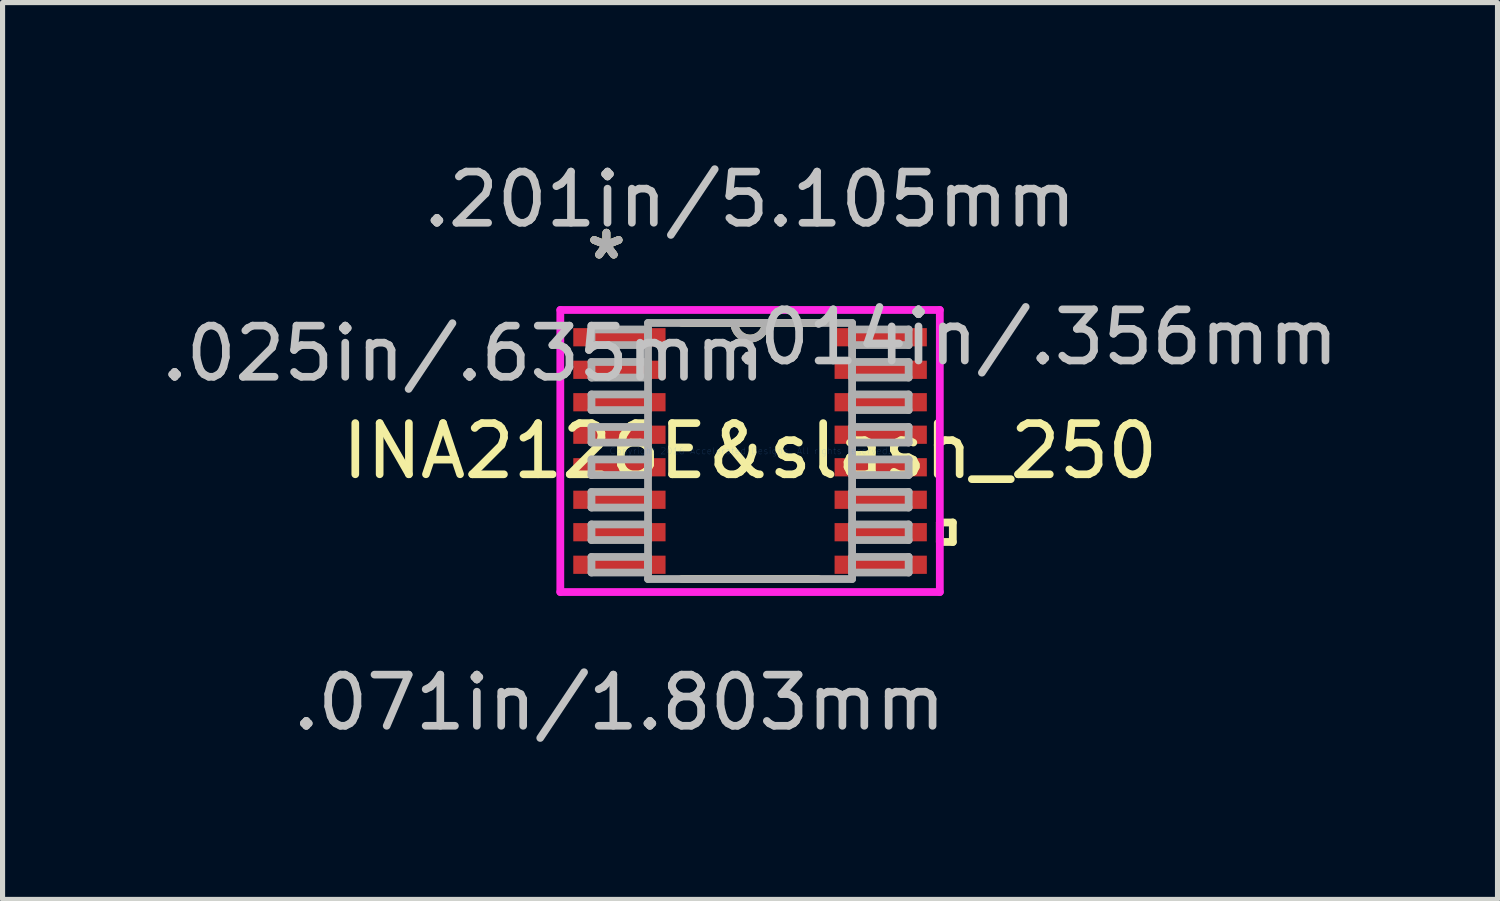
<source format=kicad_pcb>
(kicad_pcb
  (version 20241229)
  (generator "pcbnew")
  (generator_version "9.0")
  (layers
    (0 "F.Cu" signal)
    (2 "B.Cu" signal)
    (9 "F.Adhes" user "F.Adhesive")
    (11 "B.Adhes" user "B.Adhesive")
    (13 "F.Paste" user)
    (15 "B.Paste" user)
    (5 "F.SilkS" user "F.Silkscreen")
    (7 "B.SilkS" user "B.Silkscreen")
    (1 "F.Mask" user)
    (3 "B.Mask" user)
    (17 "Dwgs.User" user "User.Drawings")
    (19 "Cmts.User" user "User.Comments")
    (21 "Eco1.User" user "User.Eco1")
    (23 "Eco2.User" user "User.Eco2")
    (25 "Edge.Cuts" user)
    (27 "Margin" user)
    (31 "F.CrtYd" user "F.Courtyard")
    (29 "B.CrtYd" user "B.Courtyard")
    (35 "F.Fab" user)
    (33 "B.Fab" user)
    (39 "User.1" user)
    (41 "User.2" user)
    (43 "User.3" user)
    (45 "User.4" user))
  (footprint "INA2126E&slash_250"
    (layer "F.Cu")
    (at 11.607 5.763)
    (property "Reference" "INA2126E&slash_250" (at 0 0 0) (layer "F.SilkS") (effects (font (size 1 1) (thickness 0.15))))
    (attr through_hole)
    (fp_line (start -1.334 2.502) (end 1.334 2.502) (stroke (width 0.152) (type solid)) (layer "F.SilkS"))
    (fp_line (start 1.334 -2.502) (end -1.334 -2.502) (stroke (width 0.152) (type solid)) (layer "F.SilkS"))
    (fp_line (start 3.708 1.397) (end 3.962 1.397) (stroke (width 0.152) (type solid)) (layer "F.SilkS"))
    (fp_line (start 3.708 1.778) (end 3.708 1.397) (stroke (width 0.152) (type solid)) (layer "F.SilkS"))
    (fp_line (start 3.962 1.397) (end 3.962 1.778) (stroke (width 0.152) (type solid)) (layer "F.SilkS"))
    (fp_line (start 3.962 1.778) (end 3.708 1.778) (stroke (width 0.152) (type solid)) (layer "F.SilkS"))
    (fp_arc (start 0.3048 -2.5019) (mid 0 -2.1971) (end -0.3048 -2.5019) (stroke (width 0.1524) (type solid)) (layer "F.SilkS"))
    (fp_line (start -3.708 -2.756) (end 3.708 -2.756) (stroke (width 0.152) (type solid)) (layer "F.CrtYd"))
    (fp_line (start -3.708 2.756) (end -3.708 -2.756) (stroke (width 0.152) (type solid)) (layer "F.CrtYd"))
    (fp_line (start 3.708 -2.756) (end 3.708 2.756) (stroke (width 0.152) (type solid)) (layer "F.CrtYd"))
    (fp_line (start 3.708 2.756) (end -3.708 2.756) (stroke (width 0.152) (type solid)) (layer "F.CrtYd"))
    (fp_line (start -3.099 -2.375) (end -3.099 -2.07) (stroke (width 0.152) (type solid)) (layer "F.Fab"))
    (fp_line (start -3.099 -2.07) (end -1.994 -2.07) (stroke (width 0.152) (type solid)) (layer "F.Fab"))
    (fp_line (start -3.099 -1.74) (end -3.099 -1.435) (stroke (width 0.152) (type solid)) (layer "F.Fab"))
    (fp_line (start -3.099 -1.435) (end -1.994 -1.435) (stroke (width 0.152) (type solid)) (layer "F.Fab"))
    (fp_line (start -3.099 -1.105) (end -3.099 -0.8) (stroke (width 0.152) (type solid)) (layer "F.Fab"))
    (fp_line (start -3.099 -0.8) (end -1.994 -0.8) (stroke (width 0.152) (type solid)) (layer "F.Fab"))
    (fp_line (start -3.099 -0.47) (end -3.099 -0.165) (stroke (width 0.152) (type solid)) (layer "F.Fab"))
    (fp_line (start -3.099 -0.165) (end -1.994 -0.165) (stroke (width 0.152) (type solid)) (layer "F.Fab"))
    (fp_line (start -3.099 0.165) (end -3.099 0.47) (stroke (width 0.152) (type solid)) (layer "F.Fab"))
    (fp_line (start -3.099 0.47) (end -1.994 0.47) (stroke (width 0.152) (type solid)) (layer "F.Fab"))
    (fp_line (start -3.099 0.8) (end -3.099 1.105) (stroke (width 0.152) (type solid)) (layer "F.Fab"))
    (fp_line (start -3.099 1.105) (end -1.994 1.105) (stroke (width 0.152) (type solid)) (layer "F.Fab"))
    (fp_line (start -3.099 1.435) (end -3.099 1.74) (stroke (width 0.152) (type solid)) (layer "F.Fab"))
    (fp_line (start -3.099 1.74) (end -1.994 1.74) (stroke (width 0.152) (type solid)) (layer "F.Fab"))
    (fp_line (start -3.099 2.07) (end -3.099 2.375) (stroke (width 0.152) (type solid)) (layer "F.Fab"))
    (fp_line (start -3.099 2.375) (end -1.994 2.375) (stroke (width 0.152) (type solid)) (layer "F.Fab"))
    (fp_line (start -1.994 -2.502) (end -1.994 2.502) (stroke (width 0.152) (type solid)) (layer "F.Fab"))
    (fp_line (start -1.994 -2.375) (end -3.099 -2.375) (stroke (width 0.152) (type solid)) (layer "F.Fab"))
    (fp_line (start -1.994 -2.07) (end -1.994 -2.375) (stroke (width 0.152) (type solid)) (layer "F.Fab"))
    (fp_line (start -1.994 -1.74) (end -3.099 -1.74) (stroke (width 0.152) (type solid)) (layer "F.Fab"))
    (fp_line (start -1.994 -1.435) (end -1.994 -1.74) (stroke (width 0.152) (type solid)) (layer "F.Fab"))
    (fp_line (start -1.994 -1.105) (end -3.099 -1.105) (stroke (width 0.152) (type solid)) (layer "F.Fab"))
    (fp_line (start -1.994 -0.8) (end -1.994 -1.105) (stroke (width 0.152) (type solid)) (layer "F.Fab"))
    (fp_line (start -1.994 -0.47) (end -3.099 -0.47) (stroke (width 0.152) (type solid)) (layer "F.Fab"))
    (fp_line (start -1.994 -0.165) (end -1.994 -0.47) (stroke (width 0.152) (type solid)) (layer "F.Fab"))
    (fp_line (start -1.994 0.165) (end -3.099 0.165) (stroke (width 0.152) (type solid)) (layer "F.Fab"))
    (fp_line (start -1.994 0.47) (end -1.994 0.165) (stroke (width 0.152) (type solid)) (layer "F.Fab"))
    (fp_line (start -1.994 0.8) (end -3.099 0.8) (stroke (width 0.152) (type solid)) (layer "F.Fab"))
    (fp_line (start -1.994 1.105) (end -1.994 0.8) (stroke (width 0.152) (type solid)) (layer "F.Fab"))
    (fp_line (start -1.994 1.435) (end -3.099 1.435) (stroke (width 0.152) (type solid)) (layer "F.Fab"))
    (fp_line (start -1.994 1.74) (end -1.994 1.435) (stroke (width 0.152) (type solid)) (layer "F.Fab"))
    (fp_line (start -1.994 2.07) (end -3.099 2.07) (stroke (width 0.152) (type solid)) (layer "F.Fab"))
    (fp_line (start -1.994 2.375) (end -1.994 2.07) (stroke (width 0.152) (type solid)) (layer "F.Fab"))
    (fp_line (start -1.994 2.502) (end 1.994 2.502) (stroke (width 0.152) (type solid)) (layer "F.Fab"))
    (fp_line (start 1.994 -2.502) (end -1.994 -2.502) (stroke (width 0.152) (type solid)) (layer "F.Fab"))
    (fp_line (start 1.994 -2.375) (end 1.994 -2.07) (stroke (width 0.152) (type solid)) (layer "F.Fab"))
    (fp_line (start 1.994 -2.07) (end 3.099 -2.07) (stroke (width 0.152) (type solid)) (layer "F.Fab"))
    (fp_line (start 1.994 -1.74) (end 1.994 -1.435) (stroke (width 0.152) (type solid)) (layer "F.Fab"))
    (fp_line (start 1.994 -1.435) (end 3.099 -1.435) (stroke (width 0.152) (type solid)) (layer "F.Fab"))
    (fp_line (start 1.994 -1.105) (end 1.994 -0.8) (stroke (width 0.152) (type solid)) (layer "F.Fab"))
    (fp_line (start 1.994 -0.8) (end 3.099 -0.8) (stroke (width 0.152) (type solid)) (layer "F.Fab"))
    (fp_line (start 1.994 -0.47) (end 1.994 -0.165) (stroke (width 0.152) (type solid)) (layer "F.Fab"))
    (fp_line (start 1.994 -0.165) (end 3.099 -0.165) (stroke (width 0.152) (type solid)) (layer "F.Fab"))
    (fp_line (start 1.994 0.165) (end 1.994 0.47) (stroke (width 0.152) (type solid)) (layer "F.Fab"))
    (fp_line (start 1.994 0.47) (end 3.099 0.47) (stroke (width 0.152) (type solid)) (layer "F.Fab"))
    (fp_line (start 1.994 0.8) (end 1.994 1.105) (stroke (width 0.152) (type solid)) (layer "F.Fab"))
    (fp_line (start 1.994 1.105) (end 3.099 1.105) (stroke (width 0.152) (type solid)) (layer "F.Fab"))
    (fp_line (start 1.994 1.435) (end 1.994 1.74) (stroke (width 0.152) (type solid)) (layer "F.Fab"))
    (fp_line (start 1.994 1.74) (end 3.099 1.74) (stroke (width 0.152) (type solid)) (layer "F.Fab"))
    (fp_line (start 1.994 2.07) (end 1.994 2.375) (stroke (width 0.152) (type solid)) (layer "F.Fab"))
    (fp_line (start 1.994 2.375) (end 3.099 2.375) (stroke (width 0.152) (type solid)) (layer "F.Fab"))
    (fp_line (start 1.994 2.502) (end 1.994 -2.502) (stroke (width 0.152) (type solid)) (layer "F.Fab"))
    (fp_line (start 3.099 -2.375) (end 1.994 -2.375) (stroke (width 0.152) (type solid)) (layer "F.Fab"))
    (fp_line (start 3.099 -2.07) (end 3.099 -2.375) (stroke (width 0.152) (type solid)) (layer "F.Fab"))
    (fp_line (start 3.099 -1.74) (end 1.994 -1.74) (stroke (width 0.152) (type solid)) (layer "F.Fab"))
    (fp_line (start 3.099 -1.435) (end 3.099 -1.74) (stroke (width 0.152) (type solid)) (layer "F.Fab"))
    (fp_line (start 3.099 -1.105) (end 1.994 -1.105) (stroke (width 0.152) (type solid)) (layer "F.Fab"))
    (fp_line (start 3.099 -0.8) (end 3.099 -1.105) (stroke (width 0.152) (type solid)) (layer "F.Fab"))
    (fp_line (start 3.099 -0.47) (end 1.994 -0.47) (stroke (width 0.152) (type solid)) (layer "F.Fab"))
    (fp_line (start 3.099 -0.165) (end 3.099 -0.47) (stroke (width 0.152) (type solid)) (layer "F.Fab"))
    (fp_line (start 3.099 0.165) (end 1.994 0.165) (stroke (width 0.152) (type solid)) (layer "F.Fab"))
    (fp_line (start 3.099 0.47) (end 3.099 0.165) (stroke (width 0.152) (type solid)) (layer "F.Fab"))
    (fp_line (start 3.099 0.8) (end 1.994 0.8) (stroke (width 0.152) (type solid)) (layer "F.Fab"))
    (fp_line (start 3.099 1.105) (end 3.099 0.8) (stroke (width 0.152) (type solid)) (layer "F.Fab"))
    (fp_line (start 3.099 1.435) (end 1.994 1.435) (stroke (width 0.152) (type solid)) (layer "F.Fab"))
    (fp_line (start 3.099 1.74) (end 3.099 1.435) (stroke (width 0.152) (type solid)) (layer "F.Fab"))
    (fp_line (start 3.099 2.07) (end 1.994 2.07) (stroke (width 0.152) (type solid)) (layer "F.Fab"))
    (fp_line (start 3.099 2.375) (end 3.099 2.07) (stroke (width 0.152) (type solid)) (layer "F.Fab"))
    (fp_arc (start 0.3048 -2.5019) (mid 0 -2.1971) (end -0.3048 -2.5019) (stroke (width 0.1524) (type solid)) (layer "F.Fab"))
    (fp_text user "*" (at -2.807 -3.721 0) (layer "F.SilkS") (effects (font (size 1 1) (thickness 0.15))))
    (fp_text user "*" (at -2.807 -3.721 0) (layer "F.SilkS") (effects (font (size 1 1) (thickness 0.15))))
    (fp_text user ".071in/1.803mm" (at -2.553 4.915 0) (layer "Dwgs.User") (effects (font (size 1 1) (thickness 0.15))))
    (fp_text user ".025in/.635mm" (at -5.601 -1.905 0) (layer "Dwgs.User") (effects (font (size 1 1) (thickness 0.15))))
    (fp_text user ".201in/5.105mm" (at 0 -4.915 0) (layer "Dwgs.User") (effects (font (size 1 1) (thickness 0.15))))
    (fp_text user ".014in/.356mm" (at 5.601 -2.223 0) (layer "Dwgs.User") (effects (font (size 1 1) (thickness 0.15))))
    (fp_text user "Copyright 2016 Accelerated Designs. All rights reserved." (at 0 0 0) (layer "Cmts.User") (effects (font (size 0.127 0.127) (thickness 0.002))))
    (fp_text user "*" (at -2.807 -3.721 0) (layer "F.Fab") (effects (font (size 1 1) (thickness 0.15))))
    (fp_text user "*" (at -2.807 -3.721 0) (layer "F.Fab") (effects (font (size 1 1) (thickness 0.15))))
    (pad "1" smd rect (at -2.553 -2.223) (size 1.803 0.356) (layers "F.Cu" "F.Mask" "F.Paste"))
    (pad "2" smd rect (at -2.553 -1.587) (size 1.803 0.356) (layers "F.Cu" "F.Mask" "F.Paste"))
    (pad "3" smd rect (at -2.553 -0.953) (size 1.803 0.356) (layers "F.Cu" "F.Mask" "F.Paste"))
    (pad "4" smd rect (at -2.553 -0.318) (size 1.803 0.356) (layers "F.Cu" "F.Mask" "F.Paste"))
    (pad "5" smd rect (at -2.553 0.318) (size 1.803 0.356) (layers "F.Cu" "F.Mask" "F.Paste"))
    (pad "6" smd rect (at -2.553 0.953) (size 1.803 0.356) (layers "F.Cu" "F.Mask" "F.Paste"))
    (pad "7" smd rect (at -2.553 1.587) (size 1.803 0.356) (layers "F.Cu" "F.Mask" "F.Paste"))
    (pad "8" smd rect (at -2.553 2.223) (size 1.803 0.356) (layers "F.Cu" "F.Mask" "F.Paste"))
    (pad "9" smd rect (at 2.553 2.223) (size 1.803 0.356) (layers "F.Cu" "F.Mask" "F.Paste"))
    (pad "10" smd rect (at 2.553 1.587) (size 1.803 0.356) (layers "F.Cu" "F.Mask" "F.Paste"))
    (pad "11" smd rect (at 2.553 0.953) (size 1.803 0.356) (layers "F.Cu" "F.Mask" "F.Paste"))
    (pad "12" smd rect (at 2.553 0.318) (size 1.803 0.356) (layers "F.Cu" "F.Mask" "F.Paste"))
    (pad "13" smd rect (at 2.553 -0.318) (size 1.803 0.356) (layers "F.Cu" "F.Mask" "F.Paste"))
    (pad "14" smd rect (at 2.553 -0.953) (size 1.803 0.356) (layers "F.Cu" "F.Mask" "F.Paste"))
    (pad "15" smd rect (at 2.553 -1.587) (size 1.803 0.356) (layers "F.Cu" "F.Mask" "F.Paste"))
    (pad "16" smd rect (at 2.553 -2.223) (size 1.803 0.356) (layers "F.Cu" "F.Mask" "F.Paste")))
  (gr_rect
    (start -3 -3)
    (end 26.213 14.526)
    (stroke (width 0.1) (type default))
    (fill no)
    (layer "Edge.Cuts")))
</source>
